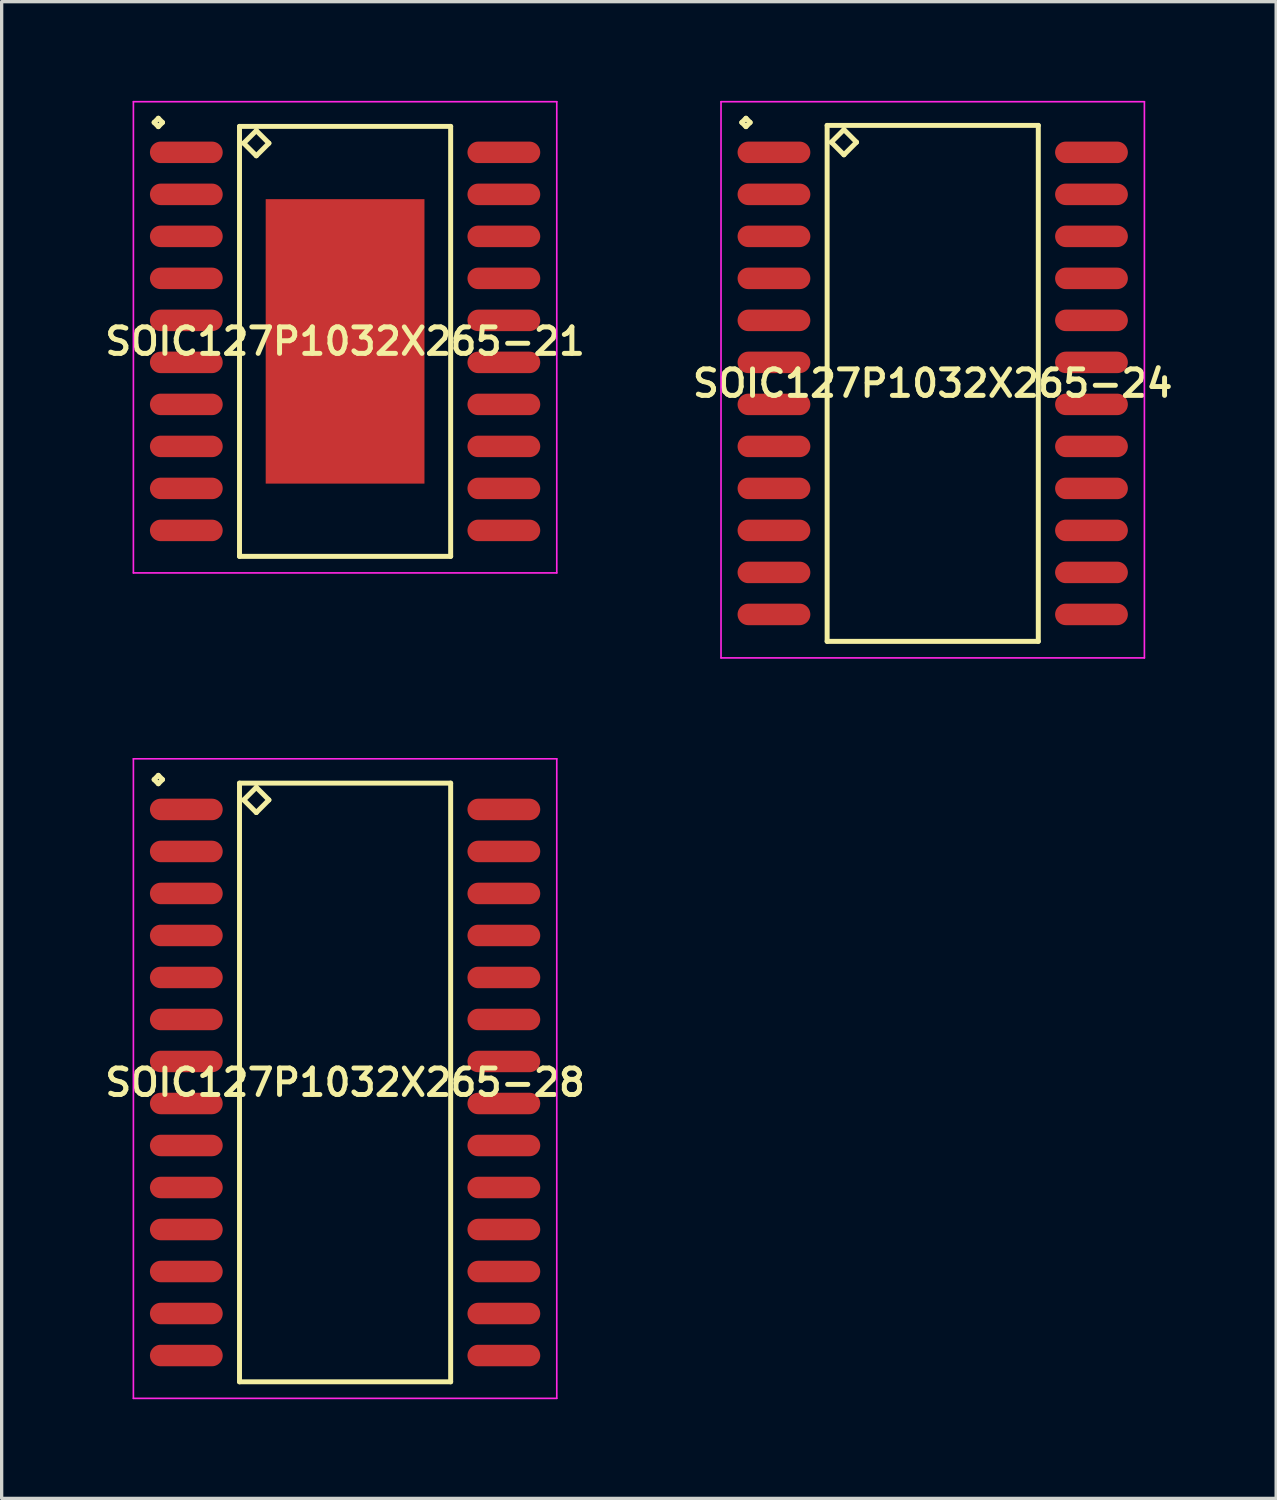
<source format=kicad_pcb>
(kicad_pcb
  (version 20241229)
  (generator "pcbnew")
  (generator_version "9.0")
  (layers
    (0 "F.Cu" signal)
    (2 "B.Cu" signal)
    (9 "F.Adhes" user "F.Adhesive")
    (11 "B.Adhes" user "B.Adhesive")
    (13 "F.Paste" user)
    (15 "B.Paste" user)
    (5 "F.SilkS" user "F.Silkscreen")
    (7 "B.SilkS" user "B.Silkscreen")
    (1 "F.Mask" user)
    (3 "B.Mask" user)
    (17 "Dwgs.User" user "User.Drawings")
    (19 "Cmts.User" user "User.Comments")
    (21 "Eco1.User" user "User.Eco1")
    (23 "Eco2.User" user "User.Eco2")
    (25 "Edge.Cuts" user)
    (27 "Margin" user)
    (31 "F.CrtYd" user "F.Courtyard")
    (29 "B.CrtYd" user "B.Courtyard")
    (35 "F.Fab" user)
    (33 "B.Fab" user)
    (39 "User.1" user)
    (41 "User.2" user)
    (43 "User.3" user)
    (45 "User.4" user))
  (footprint "SOIC127P1032X265-21"
    (layer "F.Cu")
    (at 7.383 7.271)
    (property "Reference" "SOIC127P1032X265-21" (at 0 0 0) (layer "F.SilkS") (effects (font (size 0.8 0.8) (thickness 0.15))))
    (attr smd)
    (fp_line (start -5.773 -6.619) (end -5.646 -6.746) (stroke (width 0.15) (type solid)) (layer "F.SilkS"))
    (fp_line (start -5.646 -6.746) (end -5.519 -6.619) (stroke (width 0.15) (type solid)) (layer "F.SilkS"))
    (fp_line (start -5.646 -6.492) (end -5.773 -6.619) (stroke (width 0.15) (type solid)) (layer "F.SilkS"))
    (fp_line (start -5.519 -6.619) (end -5.646 -6.492) (stroke (width 0.15) (type solid)) (layer "F.SilkS"))
    (fp_line (start -3.192 -6.5) (end -3.192 6.5) (stroke (width 0.15) (type solid)) (layer "F.SilkS"))
    (fp_line (start -3.192 6.5) (end 3.192 6.5) (stroke (width 0.15) (type solid)) (layer "F.SilkS"))
    (fp_line (start -3.065 -5.992) (end -2.684 -6.373) (stroke (width 0.15) (type solid)) (layer "F.SilkS"))
    (fp_line (start -2.684 -6.373) (end -2.303 -5.992) (stroke (width 0.15) (type solid)) (layer "F.SilkS"))
    (fp_line (start -2.684 -5.611) (end -3.065 -5.992) (stroke (width 0.15) (type solid)) (layer "F.SilkS"))
    (fp_line (start -2.303 -5.992) (end -2.684 -5.611) (stroke (width 0.15) (type solid)) (layer "F.SilkS"))
    (fp_line (start 3.192 -6.5) (end -3.192 -6.5) (stroke (width 0.15) (type solid)) (layer "F.SilkS"))
    (fp_line (start 3.192 6.5) (end 3.192 -6.5) (stroke (width 0.15) (type solid)) (layer "F.SilkS"))
    (fp_line (start -6.4 -7.246) (end 6.4 -7.246) (stroke (width 0.05) (type solid)) (layer "F.CrtYd"))
    (fp_line (start -6.4 7) (end -6.4 -7.246) (stroke (width 0.05) (type solid)) (layer "F.CrtYd"))
    (fp_line (start 6.4 -7.246) (end 6.4 7) (stroke (width 0.05) (type solid)) (layer "F.CrtYd"))
    (fp_line (start 6.4 7) (end -6.4 7) (stroke (width 0.05) (type solid)) (layer "F.CrtYd"))
    (pad "1" smd oval (at -4.8 -5.715) (size 2.2 0.65) (layers "F.Cu" "F.Mask" "F.Paste"))
    (pad "2" smd oval (at -4.8 -4.445) (size 2.2 0.65) (layers "F.Cu" "F.Mask" "F.Paste"))
    (pad "3" smd oval (at -4.8 -3.175) (size 2.2 0.65) (layers "F.Cu" "F.Mask" "F.Paste"))
    (pad "4" smd oval (at -4.8 -1.905) (size 2.2 0.65) (layers "F.Cu" "F.Mask" "F.Paste"))
    (pad "5" smd oval (at -4.8 -0.635) (size 2.2 0.65) (layers "F.Cu" "F.Mask" "F.Paste"))
    (pad "6" smd oval (at -4.8 0.635) (size 2.2 0.65) (layers "F.Cu" "F.Mask" "F.Paste"))
    (pad "7" smd oval (at -4.8 1.905) (size 2.2 0.65) (layers "F.Cu" "F.Mask" "F.Paste"))
    (pad "8" smd oval (at -4.8 3.175) (size 2.2 0.65) (layers "F.Cu" "F.Mask" "F.Paste"))
    (pad "9" smd oval (at -4.8 4.445) (size 2.2 0.65) (layers "F.Cu" "F.Mask" "F.Paste"))
    (pad "10" smd oval (at -4.8 5.715) (size 2.2 0.65) (layers "F.Cu" "F.Mask" "F.Paste"))
    (pad "11" smd oval (at 4.8 5.715) (size 2.2 0.65) (layers "F.Cu" "F.Mask" "F.Paste"))
    (pad "12" smd oval (at 4.8 4.445) (size 2.2 0.65) (layers "F.Cu" "F.Mask" "F.Paste"))
    (pad "13" smd oval (at 4.8 3.175) (size 2.2 0.65) (layers "F.Cu" "F.Mask" "F.Paste"))
    (pad "14" smd oval (at 4.8 1.905) (size 2.2 0.65) (layers "F.Cu" "F.Mask" "F.Paste"))
    (pad "15" smd oval (at 4.8 0.635) (size 2.2 0.65) (layers "F.Cu" "F.Mask" "F.Paste"))
    (pad "16" smd oval (at 4.8 -0.635) (size 2.2 0.65) (layers "F.Cu" "F.Mask" "F.Paste"))
    (pad "17" smd oval (at 4.8 -1.905) (size 2.2 0.65) (layers "F.Cu" "F.Mask" "F.Paste"))
    (pad "18" smd oval (at 4.8 -3.175) (size 2.2 0.65) (layers "F.Cu" "F.Mask" "F.Paste"))
    (pad "19" smd oval (at 4.8 -4.445) (size 2.2 0.65) (layers "F.Cu" "F.Mask" "F.Paste"))
    (pad "20" smd oval (at 4.8 -5.715) (size 2.2 0.65) (layers "F.Cu" "F.Mask" "F.Paste"))
    (pad "21" smd rect (at 0 0) (size 4.8 8.6) (layers "F.Cu" "F.Mask" "F.Paste")))
  (footprint "SOIC127P1032X265-24"
    (layer "F.Cu")
    (at 25.149 8.541)
    (property "Reference" "SOIC127P1032X265-24" (at 0 0 0) (layer "F.SilkS") (effects (font (size 0.8 0.8) (thickness 0.15))))
    (attr smd)
    (fp_line (start -5.773 -7.889) (end -5.646 -8.016) (stroke (width 0.15) (type solid)) (layer "F.SilkS"))
    (fp_line (start -5.646 -8.016) (end -5.519 -7.889) (stroke (width 0.15) (type solid)) (layer "F.SilkS"))
    (fp_line (start -5.646 -7.762) (end -5.773 -7.889) (stroke (width 0.15) (type solid)) (layer "F.SilkS"))
    (fp_line (start -5.519 -7.889) (end -5.646 -7.762) (stroke (width 0.15) (type solid)) (layer "F.SilkS"))
    (fp_line (start -3.192 -7.8) (end -3.192 7.8) (stroke (width 0.15) (type solid)) (layer "F.SilkS"))
    (fp_line (start -3.192 7.8) (end 3.192 7.8) (stroke (width 0.15) (type solid)) (layer "F.SilkS"))
    (fp_line (start -3.065 -7.292) (end -2.684 -7.673) (stroke (width 0.15) (type solid)) (layer "F.SilkS"))
    (fp_line (start -2.684 -7.673) (end -2.303 -7.292) (stroke (width 0.15) (type solid)) (layer "F.SilkS"))
    (fp_line (start -2.684 -6.911) (end -3.065 -7.292) (stroke (width 0.15) (type solid)) (layer "F.SilkS"))
    (fp_line (start -2.303 -7.292) (end -2.684 -6.911) (stroke (width 0.15) (type solid)) (layer "F.SilkS"))
    (fp_line (start 3.192 -7.8) (end -3.192 -7.8) (stroke (width 0.15) (type solid)) (layer "F.SilkS"))
    (fp_line (start 3.192 7.8) (end 3.192 -7.8) (stroke (width 0.15) (type solid)) (layer "F.SilkS"))
    (fp_line (start -6.4 -8.516) (end 6.4 -8.516) (stroke (width 0.05) (type solid)) (layer "F.CrtYd"))
    (fp_line (start -6.4 8.3) (end -6.4 -8.516) (stroke (width 0.05) (type solid)) (layer "F.CrtYd"))
    (fp_line (start 6.4 -8.516) (end 6.4 8.3) (stroke (width 0.05) (type solid)) (layer "F.CrtYd"))
    (fp_line (start 6.4 8.3) (end -6.4 8.3) (stroke (width 0.05) (type solid)) (layer "F.CrtYd"))
    (pad "1" smd oval (at -4.8 -6.985) (size 2.2 0.65) (layers "F.Cu" "F.Mask" "F.Paste"))
    (pad "2" smd oval (at -4.8 -5.715) (size 2.2 0.65) (layers "F.Cu" "F.Mask" "F.Paste"))
    (pad "3" smd oval (at -4.8 -4.445) (size 2.2 0.65) (layers "F.Cu" "F.Mask" "F.Paste"))
    (pad "4" smd oval (at -4.8 -3.175) (size 2.2 0.65) (layers "F.Cu" "F.Mask" "F.Paste"))
    (pad "5" smd oval (at -4.8 -1.905) (size 2.2 0.65) (layers "F.Cu" "F.Mask" "F.Paste"))
    (pad "6" smd oval (at -4.8 -0.635) (size 2.2 0.65) (layers "F.Cu" "F.Mask" "F.Paste"))
    (pad "7" smd oval (at -4.8 0.635) (size 2.2 0.65) (layers "F.Cu" "F.Mask" "F.Paste"))
    (pad "8" smd oval (at -4.8 1.905) (size 2.2 0.65) (layers "F.Cu" "F.Mask" "F.Paste"))
    (pad "9" smd oval (at -4.8 3.175) (size 2.2 0.65) (layers "F.Cu" "F.Mask" "F.Paste"))
    (pad "10" smd oval (at -4.8 4.445) (size 2.2 0.65) (layers "F.Cu" "F.Mask" "F.Paste"))
    (pad "11" smd oval (at -4.8 5.715) (size 2.2 0.65) (layers "F.Cu" "F.Mask" "F.Paste"))
    (pad "12" smd oval (at -4.8 6.985) (size 2.2 0.65) (layers "F.Cu" "F.Mask" "F.Paste"))
    (pad "13" smd oval (at 4.8 6.985) (size 2.2 0.65) (layers "F.Cu" "F.Mask" "F.Paste"))
    (pad "14" smd oval (at 4.8 5.715) (size 2.2 0.65) (layers "F.Cu" "F.Mask" "F.Paste"))
    (pad "15" smd oval (at 4.8 4.445) (size 2.2 0.65) (layers "F.Cu" "F.Mask" "F.Paste"))
    (pad "16" smd oval (at 4.8 3.175) (size 2.2 0.65) (layers "F.Cu" "F.Mask" "F.Paste"))
    (pad "17" smd oval (at 4.8 1.905) (size 2.2 0.65) (layers "F.Cu" "F.Mask" "F.Paste"))
    (pad "18" smd oval (at 4.8 0.635) (size 2.2 0.65) (layers "F.Cu" "F.Mask" "F.Paste"))
    (pad "19" smd oval (at 4.8 -0.635) (size 2.2 0.65) (layers "F.Cu" "F.Mask" "F.Paste"))
    (pad "20" smd oval (at 4.8 -1.905) (size 2.2 0.65) (layers "F.Cu" "F.Mask" "F.Paste"))
    (pad "21" smd oval (at 4.8 -3.175) (size 2.2 0.65) (layers "F.Cu" "F.Mask" "F.Paste"))
    (pad "22" smd oval (at 4.8 -4.445) (size 2.2 0.65) (layers "F.Cu" "F.Mask" "F.Paste"))
    (pad "23" smd oval (at 4.8 -5.715) (size 2.2 0.65) (layers "F.Cu" "F.Mask" "F.Paste"))
    (pad "24" smd oval (at 4.8 -6.985) (size 2.2 0.65) (layers "F.Cu" "F.Mask" "F.Paste")))
  (footprint "SOIC127P1032X265-28"
    (layer "F.Cu")
    (at 7.383 29.677)
    (property "Reference" "SOIC127P1032X265-28" (at 0 0 0) (layer "F.SilkS") (effects (font (size 0.8 0.8) (thickness 0.15))))
    (attr smd)
    (fp_line (start -5.773 -9.159) (end -5.646 -9.286) (stroke (width 0.15) (type solid)) (layer "F.SilkS"))
    (fp_line (start -5.646 -9.286) (end -5.519 -9.159) (stroke (width 0.15) (type solid)) (layer "F.SilkS"))
    (fp_line (start -5.646 -9.032) (end -5.773 -9.159) (stroke (width 0.15) (type solid)) (layer "F.SilkS"))
    (fp_line (start -5.519 -9.159) (end -5.646 -9.032) (stroke (width 0.15) (type solid)) (layer "F.SilkS"))
    (fp_line (start -3.192 -9.05) (end -3.192 9.05) (stroke (width 0.15) (type solid)) (layer "F.SilkS"))
    (fp_line (start -3.192 9.05) (end 3.192 9.05) (stroke (width 0.15) (type solid)) (layer "F.SilkS"))
    (fp_line (start -3.065 -8.542) (end -2.684 -8.923) (stroke (width 0.15) (type solid)) (layer "F.SilkS"))
    (fp_line (start -2.684 -8.923) (end -2.303 -8.542) (stroke (width 0.15) (type solid)) (layer "F.SilkS"))
    (fp_line (start -2.684 -8.161) (end -3.065 -8.542) (stroke (width 0.15) (type solid)) (layer "F.SilkS"))
    (fp_line (start -2.303 -8.542) (end -2.684 -8.161) (stroke (width 0.15) (type solid)) (layer "F.SilkS"))
    (fp_line (start 3.192 -9.05) (end -3.192 -9.05) (stroke (width 0.15) (type solid)) (layer "F.SilkS"))
    (fp_line (start 3.192 9.05) (end 3.192 -9.05) (stroke (width 0.15) (type solid)) (layer "F.SilkS"))
    (fp_line (start -6.4 -9.786) (end 6.4 -9.786) (stroke (width 0.05) (type solid)) (layer "F.CrtYd"))
    (fp_line (start -6.4 9.55) (end -6.4 -9.786) (stroke (width 0.05) (type solid)) (layer "F.CrtYd"))
    (fp_line (start 6.4 -9.786) (end 6.4 9.55) (stroke (width 0.05) (type solid)) (layer "F.CrtYd"))
    (fp_line (start 6.4 9.55) (end -6.4 9.55) (stroke (width 0.05) (type solid)) (layer "F.CrtYd"))
    (pad "1" smd oval (at -4.8 -8.255) (size 2.2 0.65) (layers "F.Cu" "F.Mask" "F.Paste"))
    (pad "2" smd oval (at -4.8 -6.985) (size 2.2 0.65) (layers "F.Cu" "F.Mask" "F.Paste"))
    (pad "3" smd oval (at -4.8 -5.715) (size 2.2 0.65) (layers "F.Cu" "F.Mask" "F.Paste"))
    (pad "4" smd oval (at -4.8 -4.445) (size 2.2 0.65) (layers "F.Cu" "F.Mask" "F.Paste"))
    (pad "5" smd oval (at -4.8 -3.175) (size 2.2 0.65) (layers "F.Cu" "F.Mask" "F.Paste"))
    (pad "6" smd oval (at -4.8 -1.905) (size 2.2 0.65) (layers "F.Cu" "F.Mask" "F.Paste"))
    (pad "7" smd oval (at -4.8 -0.635) (size 2.2 0.65) (layers "F.Cu" "F.Mask" "F.Paste"))
    (pad "8" smd oval (at -4.8 0.635) (size 2.2 0.65) (layers "F.Cu" "F.Mask" "F.Paste"))
    (pad "9" smd oval (at -4.8 1.905) (size 2.2 0.65) (layers "F.Cu" "F.Mask" "F.Paste"))
    (pad "10" smd oval (at -4.8 3.175) (size 2.2 0.65) (layers "F.Cu" "F.Mask" "F.Paste"))
    (pad "11" smd oval (at -4.8 4.445) (size 2.2 0.65) (layers "F.Cu" "F.Mask" "F.Paste"))
    (pad "12" smd oval (at -4.8 5.715) (size 2.2 0.65) (layers "F.Cu" "F.Mask" "F.Paste"))
    (pad "13" smd oval (at -4.8 6.985) (size 2.2 0.65) (layers "F.Cu" "F.Mask" "F.Paste"))
    (pad "14" smd oval (at -4.8 8.255) (size 2.2 0.65) (layers "F.Cu" "F.Mask" "F.Paste"))
    (pad "15" smd oval (at 4.8 8.255) (size 2.2 0.65) (layers "F.Cu" "F.Mask" "F.Paste"))
    (pad "16" smd oval (at 4.8 6.985) (size 2.2 0.65) (layers "F.Cu" "F.Mask" "F.Paste"))
    (pad "17" smd oval (at 4.8 5.715) (size 2.2 0.65) (layers "F.Cu" "F.Mask" "F.Paste"))
    (pad "18" smd oval (at 4.8 4.445) (size 2.2 0.65) (layers "F.Cu" "F.Mask" "F.Paste"))
    (pad "19" smd oval (at 4.8 3.175) (size 2.2 0.65) (layers "F.Cu" "F.Mask" "F.Paste"))
    (pad "20" smd oval (at 4.8 1.905) (size 2.2 0.65) (layers "F.Cu" "F.Mask" "F.Paste"))
    (pad "21" smd oval (at 4.8 0.635) (size 2.2 0.65) (layers "F.Cu" "F.Mask" "F.Paste"))
    (pad "22" smd oval (at 4.8 -0.635) (size 2.2 0.65) (layers "F.Cu" "F.Mask" "F.Paste"))
    (pad "23" smd oval (at 4.8 -1.905) (size 2.2 0.65) (layers "F.Cu" "F.Mask" "F.Paste"))
    (pad "24" smd oval (at 4.8 -3.175) (size 2.2 0.65) (layers "F.Cu" "F.Mask" "F.Paste"))
    (pad "25" smd oval (at 4.8 -4.445) (size 2.2 0.65) (layers "F.Cu" "F.Mask" "F.Paste"))
    (pad "26" smd oval (at 4.8 -5.715) (size 2.2 0.65) (layers "F.Cu" "F.Mask" "F.Paste"))
    (pad "27" smd oval (at 4.8 -6.985) (size 2.2 0.65) (layers "F.Cu" "F.Mask" "F.Paste"))
    (pad "28" smd oval (at 4.8 -8.255) (size 2.2 0.65) (layers "F.Cu" "F.Mask" "F.Paste")))
  (gr_rect
    (start -3 -3)
    (end 35.532 42.252)
    (stroke (width 0.1) (type default))
    (fill no)
    (layer "Edge.Cuts")))
</source>
